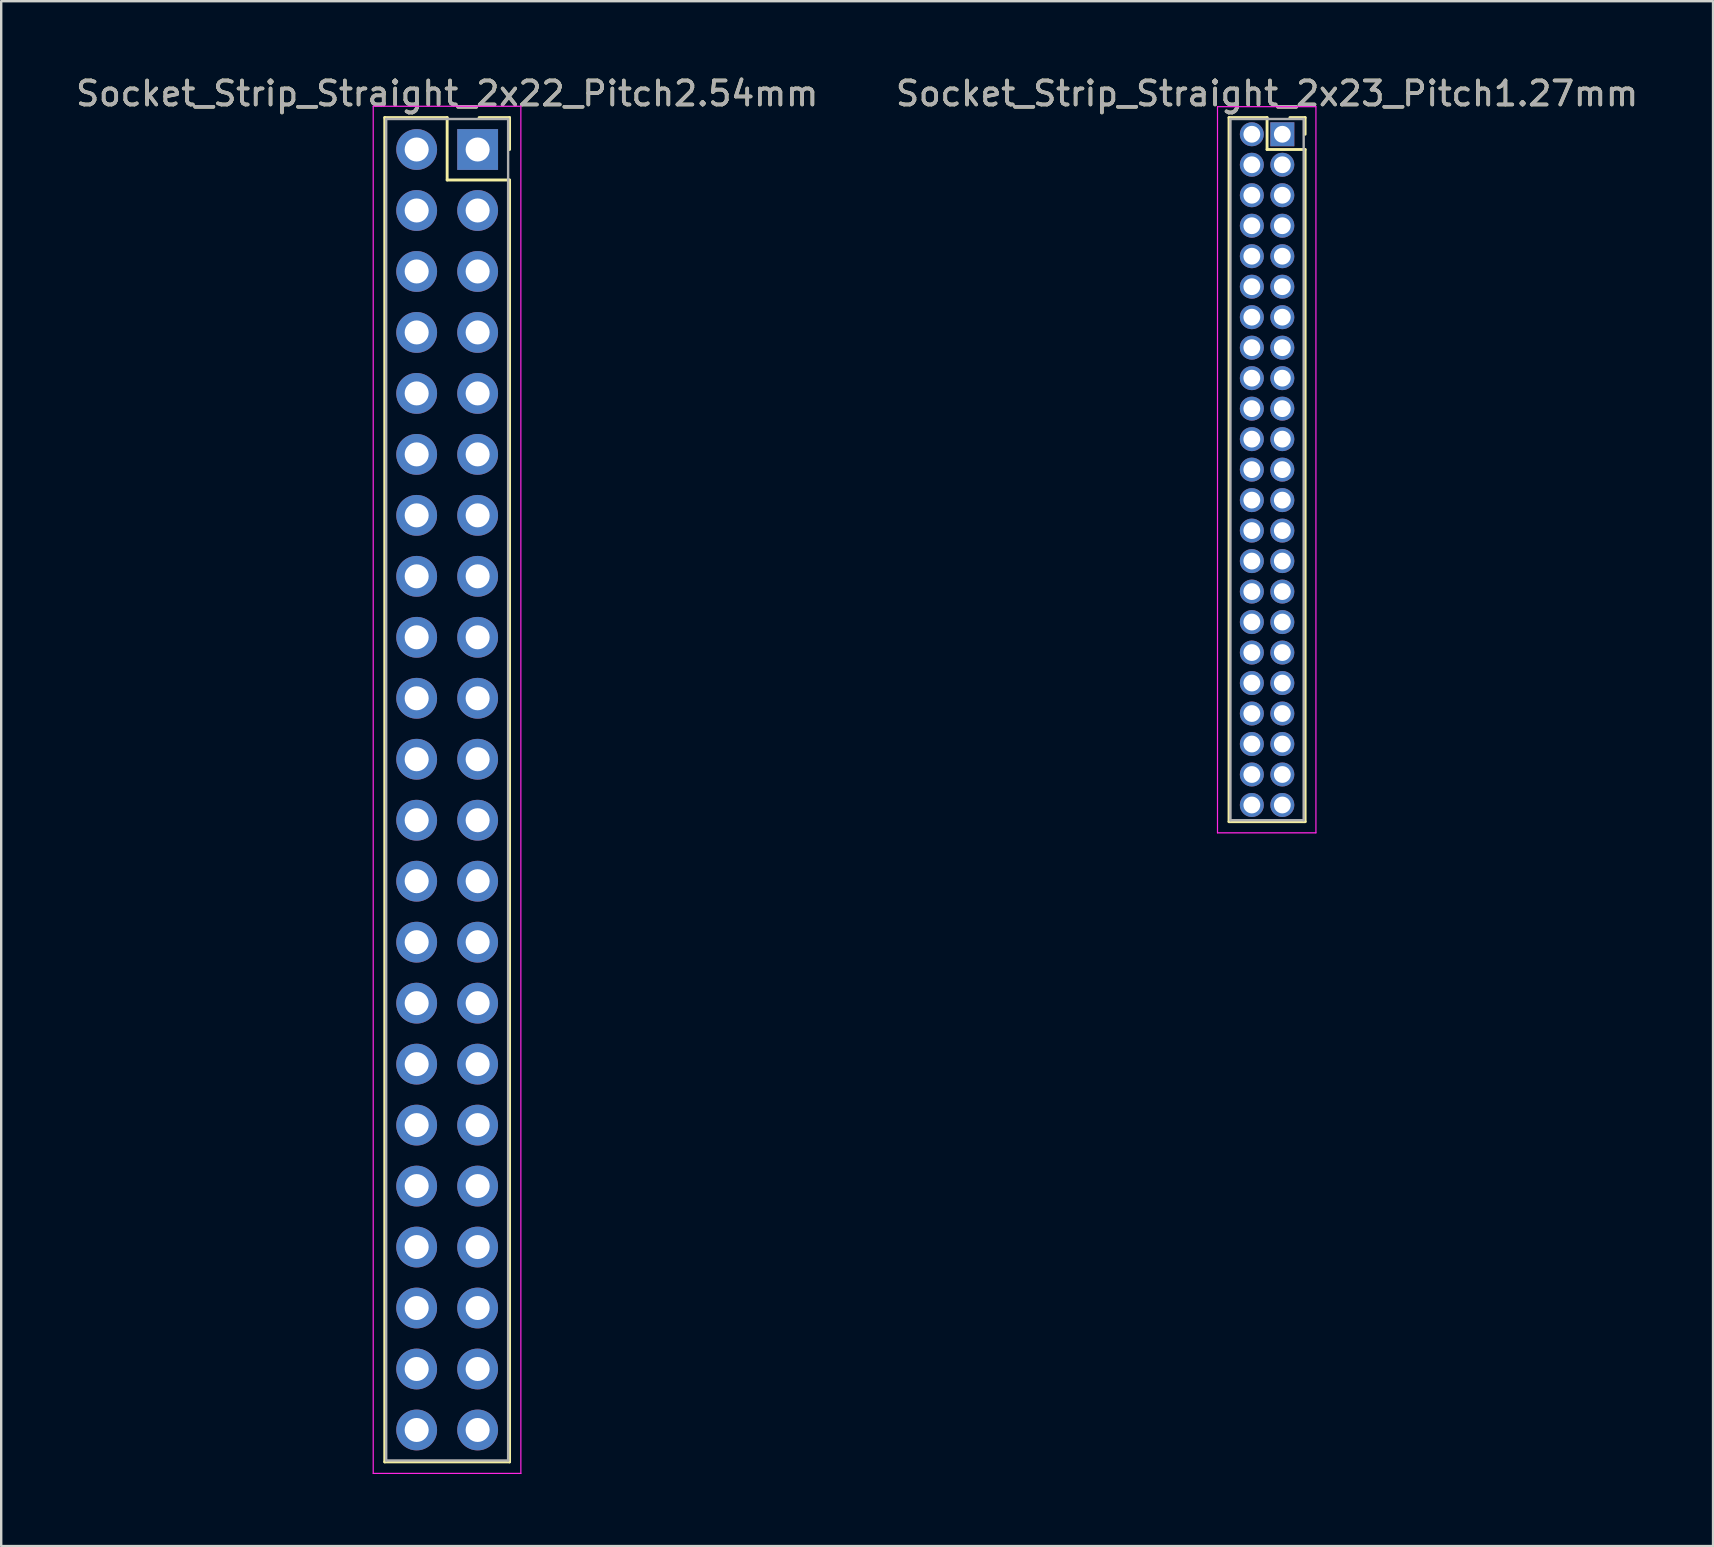
<source format=kicad_pcb>
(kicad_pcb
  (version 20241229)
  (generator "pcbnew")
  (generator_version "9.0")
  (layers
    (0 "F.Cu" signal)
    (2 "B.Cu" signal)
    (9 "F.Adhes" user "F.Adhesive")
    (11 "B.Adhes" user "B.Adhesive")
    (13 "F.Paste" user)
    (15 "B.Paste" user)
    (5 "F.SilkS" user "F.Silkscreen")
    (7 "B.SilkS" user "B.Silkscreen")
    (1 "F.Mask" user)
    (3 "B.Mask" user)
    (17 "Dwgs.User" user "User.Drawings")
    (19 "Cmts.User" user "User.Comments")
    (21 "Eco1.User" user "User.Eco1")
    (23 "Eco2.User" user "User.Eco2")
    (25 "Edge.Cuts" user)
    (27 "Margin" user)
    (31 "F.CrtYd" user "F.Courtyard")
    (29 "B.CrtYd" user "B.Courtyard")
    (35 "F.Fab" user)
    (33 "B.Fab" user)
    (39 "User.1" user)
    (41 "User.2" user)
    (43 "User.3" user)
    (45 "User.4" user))
  (footprint "Socket_Strip_Straight_2x23_Pitch1.27mm"
    (layer "F.Cu")
    (at 50.367 2.543)
    (property "Reference" "Socket_Strip_Straight_2x23_Pitch1.27mm" (at -0.635 -1.695 0) (layer "F.SilkS") (effects (font (size 1 1) (thickness 0.15))))
    (attr through_hole)
    (fp_line (start -2.22 -0.695) (end -0.635 -0.695) (stroke (width 0.12) (type solid)) (layer "F.SilkS"))
    (fp_line (start -2.22 28.635) (end -2.22 -0.695) (stroke (width 0.12) (type solid)) (layer "F.SilkS"))
    (fp_line (start -0.635 -0.695) (end -0.635 0.635) (stroke (width 0.12) (type solid)) (layer "F.SilkS"))
    (fp_line (start -0.635 0.635) (end 0.95 0.635) (stroke (width 0.12) (type solid)) (layer "F.SilkS"))
    (fp_line (start 0.95 -0.695) (end 0.315 -0.695) (stroke (width 0.12) (type solid)) (layer "F.SilkS"))
    (fp_line (start 0.95 0) (end 0.95 -0.695) (stroke (width 0.12) (type solid)) (layer "F.SilkS"))
    (fp_line (start 0.95 0.635) (end 0.95 28.635) (stroke (width 0.12) (type solid)) (layer "F.SilkS"))
    (fp_line (start 0.95 28.635) (end -2.22 28.635) (stroke (width 0.12) (type solid)) (layer "F.SilkS"))
    (fp_line (start -2.7 -1.15) (end -2.7 29.1) (stroke (width 0.05) (type solid)) (layer "F.CrtYd"))
    (fp_line (start -2.7 29.1) (end 1.4 29.1) (stroke (width 0.05) (type solid)) (layer "F.CrtYd"))
    (fp_line (start 1.4 -1.15) (end -2.7 -1.15) (stroke (width 0.05) (type solid)) (layer "F.CrtYd"))
    (fp_line (start 1.4 29.1) (end 1.4 -1.15) (stroke (width 0.05) (type solid)) (layer "F.CrtYd"))
    (fp_line (start -2.16 -0.635) (end -2.16 28.575) (stroke (width 0.1) (type solid)) (layer "F.Fab"))
    (fp_line (start -2.16 28.575) (end 0.89 28.575) (stroke (width 0.1) (type solid)) (layer "F.Fab"))
    (fp_line (start 0.89 -0.635) (end -2.16 -0.635) (stroke (width 0.1) (type solid)) (layer "F.Fab"))
    (fp_line (start 0.89 28.575) (end 0.89 -0.635) (stroke (width 0.1) (type solid)) (layer "F.Fab"))
    (fp_text user "${REFERENCE}" (at -0.635 -1.695 0) (layer "F.Fab") (effects (font (size 1 1) (thickness 0.15))))
    (pad "1" thru_hole rect (at 0 0) (size 1 1) (drill 0.7) (layers "*.Cu" "*.Mask"))
    (pad "2" thru_hole oval (at -1.27 0) (size 1 1) (drill 0.7) (layers "*.Cu" "*.Mask"))
    (pad "3" thru_hole oval (at 0 1.27) (size 1 1) (drill 0.7) (layers "*.Cu" "*.Mask"))
    (pad "4" thru_hole oval (at -1.27 1.27) (size 1 1) (drill 0.7) (layers "*.Cu" "*.Mask"))
    (pad "5" thru_hole oval (at 0 2.54) (size 1 1) (drill 0.7) (layers "*.Cu" "*.Mask"))
    (pad "6" thru_hole oval (at -1.27 2.54) (size 1 1) (drill 0.7) (layers "*.Cu" "*.Mask"))
    (pad "7" thru_hole oval (at 0 3.81) (size 1 1) (drill 0.7) (layers "*.Cu" "*.Mask"))
    (pad "8" thru_hole oval (at -1.27 3.81) (size 1 1) (drill 0.7) (layers "*.Cu" "*.Mask"))
    (pad "9" thru_hole oval (at 0 5.08) (size 1 1) (drill 0.7) (layers "*.Cu" "*.Mask"))
    (pad "10" thru_hole oval (at -1.27 5.08) (size 1 1) (drill 0.7) (layers "*.Cu" "*.Mask"))
    (pad "11" thru_hole oval (at 0 6.35) (size 1 1) (drill 0.7) (layers "*.Cu" "*.Mask"))
    (pad "12" thru_hole oval (at -1.27 6.35) (size 1 1) (drill 0.7) (layers "*.Cu" "*.Mask"))
    (pad "13" thru_hole oval (at 0 7.62) (size 1 1) (drill 0.7) (layers "*.Cu" "*.Mask"))
    (pad "14" thru_hole oval (at -1.27 7.62) (size 1 1) (drill 0.7) (layers "*.Cu" "*.Mask"))
    (pad "15" thru_hole oval (at 0 8.89) (size 1 1) (drill 0.7) (layers "*.Cu" "*.Mask"))
    (pad "16" thru_hole oval (at -1.27 8.89) (size 1 1) (drill 0.7) (layers "*.Cu" "*.Mask"))
    (pad "17" thru_hole oval (at 0 10.16) (size 1 1) (drill 0.7) (layers "*.Cu" "*.Mask"))
    (pad "18" thru_hole oval (at -1.27 10.16) (size 1 1) (drill 0.7) (layers "*.Cu" "*.Mask"))
    (pad "19" thru_hole oval (at 0 11.43) (size 1 1) (drill 0.7) (layers "*.Cu" "*.Mask"))
    (pad "20" thru_hole oval (at -1.27 11.43) (size 1 1) (drill 0.7) (layers "*.Cu" "*.Mask"))
    (pad "21" thru_hole oval (at 0 12.7) (size 1 1) (drill 0.7) (layers "*.Cu" "*.Mask"))
    (pad "22" thru_hole oval (at -1.27 12.7) (size 1 1) (drill 0.7) (layers "*.Cu" "*.Mask"))
    (pad "23" thru_hole oval (at 0 13.97) (size 1 1) (drill 0.7) (layers "*.Cu" "*.Mask"))
    (pad "24" thru_hole oval (at -1.27 13.97) (size 1 1) (drill 0.7) (layers "*.Cu" "*.Mask"))
    (pad "25" thru_hole oval (at 0 15.24) (size 1 1) (drill 0.7) (layers "*.Cu" "*.Mask"))
    (pad "26" thru_hole oval (at -1.27 15.24) (size 1 1) (drill 0.7) (layers "*.Cu" "*.Mask"))
    (pad "27" thru_hole oval (at 0 16.51) (size 1 1) (drill 0.7) (layers "*.Cu" "*.Mask"))
    (pad "28" thru_hole oval (at -1.27 16.51) (size 1 1) (drill 0.7) (layers "*.Cu" "*.Mask"))
    (pad "29" thru_hole oval (at 0 17.78) (size 1 1) (drill 0.7) (layers "*.Cu" "*.Mask"))
    (pad "30" thru_hole oval (at -1.27 17.78) (size 1 1) (drill 0.7) (layers "*.Cu" "*.Mask"))
    (pad "31" thru_hole oval (at 0 19.05) (size 1 1) (drill 0.7) (layers "*.Cu" "*.Mask"))
    (pad "32" thru_hole oval (at -1.27 19.05) (size 1 1) (drill 0.7) (layers "*.Cu" "*.Mask"))
    (pad "33" thru_hole oval (at 0 20.32) (size 1 1) (drill 0.7) (layers "*.Cu" "*.Mask"))
    (pad "34" thru_hole oval (at -1.27 20.32) (size 1 1) (drill 0.7) (layers "*.Cu" "*.Mask"))
    (pad "35" thru_hole oval (at 0 21.59) (size 1 1) (drill 0.7) (layers "*.Cu" "*.Mask"))
    (pad "36" thru_hole oval (at -1.27 21.59) (size 1 1) (drill 0.7) (layers "*.Cu" "*.Mask"))
    (pad "37" thru_hole oval (at 0 22.86) (size 1 1) (drill 0.7) (layers "*.Cu" "*.Mask"))
    (pad "38" thru_hole oval (at -1.27 22.86) (size 1 1) (drill 0.7) (layers "*.Cu" "*.Mask"))
    (pad "39" thru_hole oval (at 0 24.13) (size 1 1) (drill 0.7) (layers "*.Cu" "*.Mask"))
    (pad "40" thru_hole oval (at -1.27 24.13) (size 1 1) (drill 0.7) (layers "*.Cu" "*.Mask"))
    (pad "41" thru_hole oval (at 0 25.4) (size 1 1) (drill 0.7) (layers "*.Cu" "*.Mask"))
    (pad "42" thru_hole oval (at -1.27 25.4) (size 1 1) (drill 0.7) (layers "*.Cu" "*.Mask"))
    (pad "43" thru_hole oval (at 0 26.67) (size 1 1) (drill 0.7) (layers "*.Cu" "*.Mask"))
    (pad "44" thru_hole oval (at -1.27 26.67) (size 1 1) (drill 0.7) (layers "*.Cu" "*.Mask"))
    (pad "45" thru_hole oval (at 0 27.94) (size 1 1) (drill 0.7) (layers "*.Cu" "*.Mask"))
    (pad "46" thru_hole oval (at -1.27 27.94) (size 1 1) (drill 0.7) (layers "*.Cu" "*.Mask")))
  (footprint "Socket_Strip_Straight_2x22_Pitch2.54mm"
    (layer "F.Cu")
    (at 16.847 3.178)
    (property "Reference" "Socket_Strip_Straight_2x22_Pitch2.54mm" (at -1.27 -2.33 0) (layer "F.SilkS") (effects (font (size 1 1) (thickness 0.15))))
    (attr through_hole)
    (fp_line (start -3.87 -1.33) (end -1.27 -1.33) (stroke (width 0.12) (type solid)) (layer "F.SilkS"))
    (fp_line (start -3.87 54.67) (end -3.87 -1.33) (stroke (width 0.12) (type solid)) (layer "F.SilkS"))
    (fp_line (start -1.27 -1.33) (end -1.27 1.27) (stroke (width 0.12) (type solid)) (layer "F.SilkS"))
    (fp_line (start -1.27 1.27) (end 1.33 1.27) (stroke (width 0.12) (type solid)) (layer "F.SilkS"))
    (fp_line (start 1.33 -1.33) (end 0.06 -1.33) (stroke (width 0.12) (type solid)) (layer "F.SilkS"))
    (fp_line (start 1.33 0) (end 1.33 -1.33) (stroke (width 0.12) (type solid)) (layer "F.SilkS"))
    (fp_line (start 1.33 1.27) (end 1.33 54.67) (stroke (width 0.12) (type solid)) (layer "F.SilkS"))
    (fp_line (start 1.33 54.67) (end -3.87 54.67) (stroke (width 0.12) (type solid)) (layer "F.SilkS"))
    (fp_line (start -4.35 -1.8) (end -4.35 55.15) (stroke (width 0.05) (type solid)) (layer "F.CrtYd"))
    (fp_line (start -4.35 55.15) (end 1.8 55.15) (stroke (width 0.05) (type solid)) (layer "F.CrtYd"))
    (fp_line (start 1.8 -1.8) (end -4.35 -1.8) (stroke (width 0.05) (type solid)) (layer "F.CrtYd"))
    (fp_line (start 1.8 55.15) (end 1.8 -1.8) (stroke (width 0.05) (type solid)) (layer "F.CrtYd"))
    (fp_line (start -3.81 -1.27) (end -3.81 54.61) (stroke (width 0.1) (type solid)) (layer "F.Fab"))
    (fp_line (start -3.81 54.61) (end 1.27 54.61) (stroke (width 0.1) (type solid)) (layer "F.Fab"))
    (fp_line (start 1.27 -1.27) (end -3.81 -1.27) (stroke (width 0.1) (type solid)) (layer "F.Fab"))
    (fp_line (start 1.27 54.61) (end 1.27 -1.27) (stroke (width 0.1) (type solid)) (layer "F.Fab"))
    (fp_text user "${REFERENCE}" (at -1.27 -2.33 0) (layer "F.Fab") (effects (font (size 1 1) (thickness 0.15))))
    (pad "1" thru_hole rect (at 0 0) (size 1.7 1.7) (drill 1) (layers "*.Cu" "*.Mask"))
    (pad "2" thru_hole oval (at -2.54 0) (size 1.7 1.7) (drill 1) (layers "*.Cu" "*.Mask"))
    (pad "3" thru_hole oval (at 0 2.54) (size 1.7 1.7) (drill 1) (layers "*.Cu" "*.Mask"))
    (pad "4" thru_hole oval (at -2.54 2.54) (size 1.7 1.7) (drill 1) (layers "*.Cu" "*.Mask"))
    (pad "5" thru_hole oval (at 0 5.08) (size 1.7 1.7) (drill 1) (layers "*.Cu" "*.Mask"))
    (pad "6" thru_hole oval (at -2.54 5.08) (size 1.7 1.7) (drill 1) (layers "*.Cu" "*.Mask"))
    (pad "7" thru_hole oval (at 0 7.62) (size 1.7 1.7) (drill 1) (layers "*.Cu" "*.Mask"))
    (pad "8" thru_hole oval (at -2.54 7.62) (size 1.7 1.7) (drill 1) (layers "*.Cu" "*.Mask"))
    (pad "9" thru_hole oval (at 0 10.16) (size 1.7 1.7) (drill 1) (layers "*.Cu" "*.Mask"))
    (pad "10" thru_hole oval (at -2.54 10.16) (size 1.7 1.7) (drill 1) (layers "*.Cu" "*.Mask"))
    (pad "11" thru_hole oval (at 0 12.7) (size 1.7 1.7) (drill 1) (layers "*.Cu" "*.Mask"))
    (pad "12" thru_hole oval (at -2.54 12.7) (size 1.7 1.7) (drill 1) (layers "*.Cu" "*.Mask"))
    (pad "13" thru_hole oval (at 0 15.24) (size 1.7 1.7) (drill 1) (layers "*.Cu" "*.Mask"))
    (pad "14" thru_hole oval (at -2.54 15.24) (size 1.7 1.7) (drill 1) (layers "*.Cu" "*.Mask"))
    (pad "15" thru_hole oval (at 0 17.78) (size 1.7 1.7) (drill 1) (layers "*.Cu" "*.Mask"))
    (pad "16" thru_hole oval (at -2.54 17.78) (size 1.7 1.7) (drill 1) (layers "*.Cu" "*.Mask"))
    (pad "17" thru_hole oval (at 0 20.32) (size 1.7 1.7) (drill 1) (layers "*.Cu" "*.Mask"))
    (pad "18" thru_hole oval (at -2.54 20.32) (size 1.7 1.7) (drill 1) (layers "*.Cu" "*.Mask"))
    (pad "19" thru_hole oval (at 0 22.86) (size 1.7 1.7) (drill 1) (layers "*.Cu" "*.Mask"))
    (pad "20" thru_hole oval (at -2.54 22.86) (size 1.7 1.7) (drill 1) (layers "*.Cu" "*.Mask"))
    (pad "21" thru_hole oval (at 0 25.4) (size 1.7 1.7) (drill 1) (layers "*.Cu" "*.Mask"))
    (pad "22" thru_hole oval (at -2.54 25.4) (size 1.7 1.7) (drill 1) (layers "*.Cu" "*.Mask"))
    (pad "23" thru_hole oval (at 0 27.94) (size 1.7 1.7) (drill 1) (layers "*.Cu" "*.Mask"))
    (pad "24" thru_hole oval (at -2.54 27.94) (size 1.7 1.7) (drill 1) (layers "*.Cu" "*.Mask"))
    (pad "25" thru_hole oval (at 0 30.48) (size 1.7 1.7) (drill 1) (layers "*.Cu" "*.Mask"))
    (pad "26" thru_hole oval (at -2.54 30.48) (size 1.7 1.7) (drill 1) (layers "*.Cu" "*.Mask"))
    (pad "27" thru_hole oval (at 0 33.02) (size 1.7 1.7) (drill 1) (layers "*.Cu" "*.Mask"))
    (pad "28" thru_hole oval (at -2.54 33.02) (size 1.7 1.7) (drill 1) (layers "*.Cu" "*.Mask"))
    (pad "29" thru_hole oval (at 0 35.56) (size 1.7 1.7) (drill 1) (layers "*.Cu" "*.Mask"))
    (pad "30" thru_hole oval (at -2.54 35.56) (size 1.7 1.7) (drill 1) (layers "*.Cu" "*.Mask"))
    (pad "31" thru_hole oval (at 0 38.1) (size 1.7 1.7) (drill 1) (layers "*.Cu" "*.Mask"))
    (pad "32" thru_hole oval (at -2.54 38.1) (size 1.7 1.7) (drill 1) (layers "*.Cu" "*.Mask"))
    (pad "33" thru_hole oval (at 0 40.64) (size 1.7 1.7) (drill 1) (layers "*.Cu" "*.Mask"))
    (pad "34" thru_hole oval (at -2.54 40.64) (size 1.7 1.7) (drill 1) (layers "*.Cu" "*.Mask"))
    (pad "35" thru_hole oval (at 0 43.18) (size 1.7 1.7) (drill 1) (layers "*.Cu" "*.Mask"))
    (pad "36" thru_hole oval (at -2.54 43.18) (size 1.7 1.7) (drill 1) (layers "*.Cu" "*.Mask"))
    (pad "37" thru_hole oval (at 0 45.72) (size 1.7 1.7) (drill 1) (layers "*.Cu" "*.Mask"))
    (pad "38" thru_hole oval (at -2.54 45.72) (size 1.7 1.7) (drill 1) (layers "*.Cu" "*.Mask"))
    (pad "39" thru_hole oval (at 0 48.26) (size 1.7 1.7) (drill 1) (layers "*.Cu" "*.Mask"))
    (pad "40" thru_hole oval (at -2.54 48.26) (size 1.7 1.7) (drill 1) (layers "*.Cu" "*.Mask"))
    (pad "41" thru_hole oval (at 0 50.8) (size 1.7 1.7) (drill 1) (layers "*.Cu" "*.Mask"))
    (pad "42" thru_hole oval (at -2.54 50.8) (size 1.7 1.7) (drill 1) (layers "*.Cu" "*.Mask"))
    (pad "43" thru_hole oval (at 0 53.34) (size 1.7 1.7) (drill 1) (layers "*.Cu" "*.Mask"))
    (pad "44" thru_hole oval (at -2.54 53.34) (size 1.7 1.7) (drill 1) (layers "*.Cu" "*.Mask")))
  (gr_rect
    (start -3 -3)
    (end 68.31 61.353)
    (stroke (width 0.1) (type default))
    (fill no)
    (layer "Edge.Cuts")))
</source>
